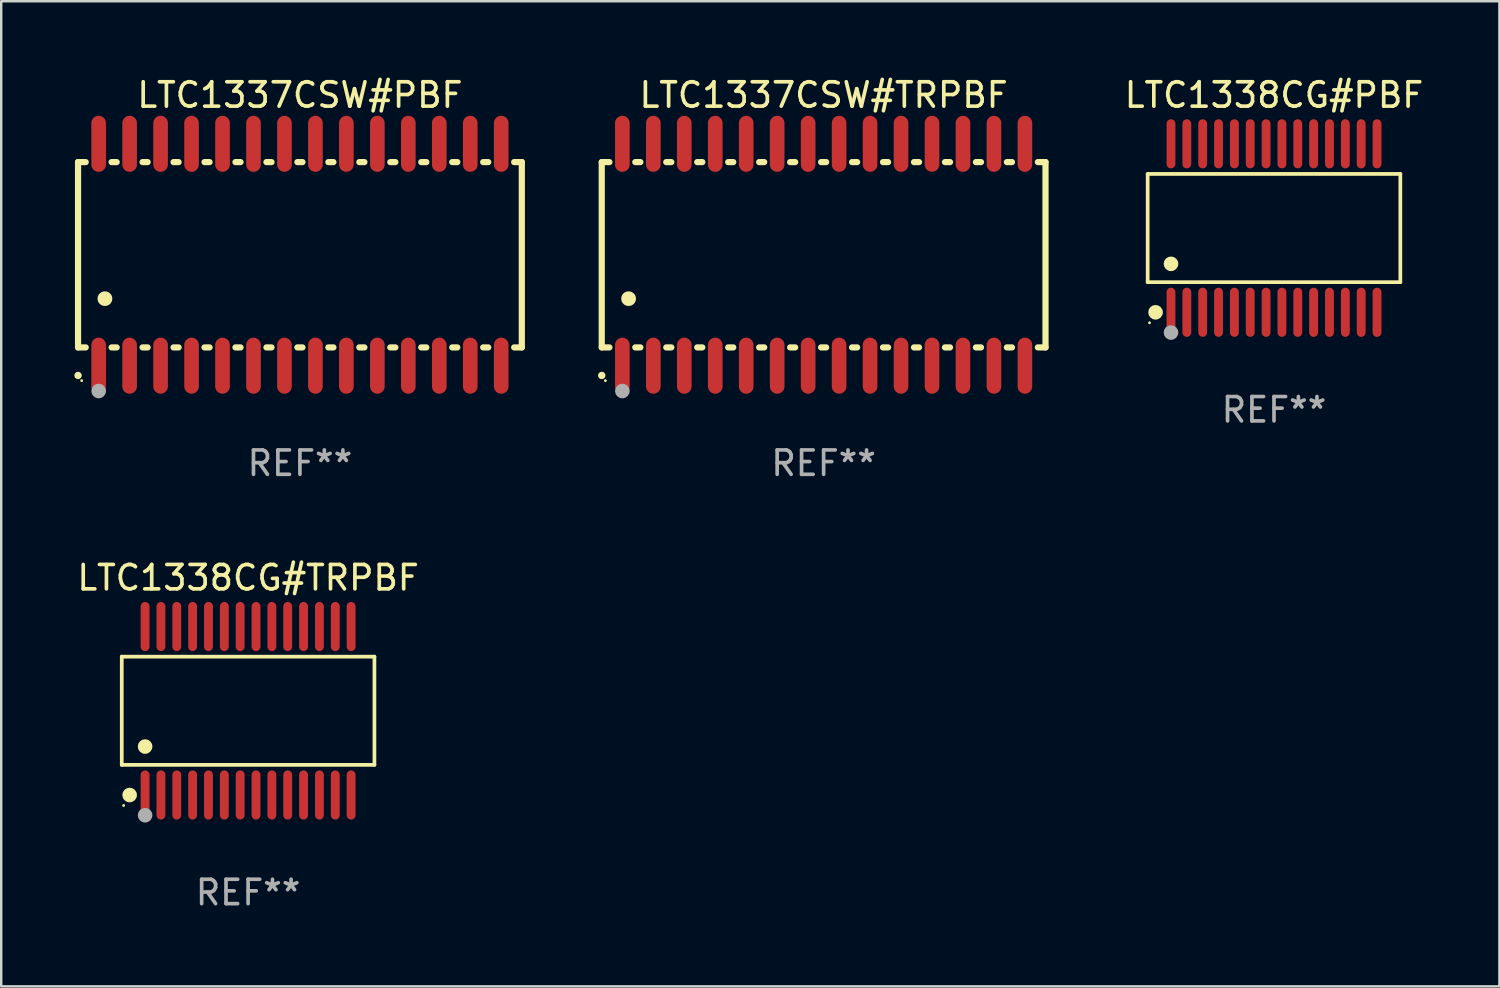
<source format=kicad_pcb>
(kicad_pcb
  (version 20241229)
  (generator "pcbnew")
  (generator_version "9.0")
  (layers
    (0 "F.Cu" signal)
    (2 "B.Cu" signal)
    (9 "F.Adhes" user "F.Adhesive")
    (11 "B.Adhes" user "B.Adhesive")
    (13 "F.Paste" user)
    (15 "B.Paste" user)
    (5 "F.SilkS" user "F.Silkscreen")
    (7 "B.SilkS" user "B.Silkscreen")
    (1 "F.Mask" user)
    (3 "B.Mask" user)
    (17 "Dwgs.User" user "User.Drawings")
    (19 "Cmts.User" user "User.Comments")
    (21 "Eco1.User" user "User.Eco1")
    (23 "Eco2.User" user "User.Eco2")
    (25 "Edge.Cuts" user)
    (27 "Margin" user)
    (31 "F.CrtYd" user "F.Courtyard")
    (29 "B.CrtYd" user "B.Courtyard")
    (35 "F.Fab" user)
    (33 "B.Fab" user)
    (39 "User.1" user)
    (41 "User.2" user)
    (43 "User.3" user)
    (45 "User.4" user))
  (footprint "LTC1338CG#TRPBF"
    (layer "F.Cu")
    (at 7.125 26.1)
    (property "Reference" "LTC1338CG#TRPBF" (at 0 -5.455 0) (layer "F.SilkS") (effects (font (size 1 1) (thickness 0.15))))
    (attr through_hole)
    (fp_line (start -5.181 -2.219) (end 5.181 -2.219) (stroke (width 0.152) (type solid)) (layer "F.SilkS"))
    (fp_line (start -5.181 2.219) (end -5.181 -2.219) (stroke (width 0.152) (type solid)) (layer "F.SilkS"))
    (fp_line (start 5.181 -2.219) (end 5.181 2.219) (stroke (width 0.152) (type solid)) (layer "F.SilkS"))
    (fp_line (start 5.181 2.219) (end -5.181 2.219) (stroke (width 0.152) (type solid)) (layer "F.SilkS"))
    (fp_circle (center -5.105 3.885) (end -5.075 3.885) (stroke (width 0.06) (type solid)) (fill no) (layer "F.SilkS"))
    (fp_circle (center -4.859 3.455) (end -4.709 3.455) (stroke (width 0.3) (type solid)) (fill no) (layer "F.SilkS"))
    (fp_circle (center -4.225 1.467) (end -4.075 1.467) (stroke (width 0.3) (type solid)) (fill no) (layer "F.SilkS"))
    (fp_circle (center -4.225 4.285) (end -4.075 4.285) (stroke (width 0.3) (type solid)) (fill no) (layer "F.Fab"))
    (fp_text user "REF**" (at 0 7.455 0) (layer "F.Fab") (effects (font (size 1 1) (thickness 0.15))))
    (pad "1" smd oval (at -4.225 3.455) (size 0.364 2.015) (layers "F.Cu" "F.Mask" "F.Paste"))
    (pad "2" smd oval (at -3.575 3.455) (size 0.364 2.015) (layers "F.Cu" "F.Mask" "F.Paste"))
    (pad "3" smd oval (at -2.925 3.455) (size 0.364 2.015) (layers "F.Cu" "F.Mask" "F.Paste"))
    (pad "4" smd oval (at -2.275 3.455) (size 0.364 2.015) (layers "F.Cu" "F.Mask" "F.Paste"))
    (pad "5" smd oval (at -1.625 3.455) (size 0.364 2.015) (layers "F.Cu" "F.Mask" "F.Paste"))
    (pad "6" smd oval (at -0.975 3.455) (size 0.364 2.015) (layers "F.Cu" "F.Mask" "F.Paste"))
    (pad "7" smd oval (at -0.325 3.455) (size 0.364 2.015) (layers "F.Cu" "F.Mask" "F.Paste"))
    (pad "8" smd oval (at 0.325 3.455) (size 0.364 2.015) (layers "F.Cu" "F.Mask" "F.Paste"))
    (pad "9" smd oval (at 0.975 3.455) (size 0.364 2.015) (layers "F.Cu" "F.Mask" "F.Paste"))
    (pad "10" smd oval (at 1.625 3.455) (size 0.364 2.015) (layers "F.Cu" "F.Mask" "F.Paste"))
    (pad "11" smd oval (at 2.275 3.455) (size 0.364 2.015) (layers "F.Cu" "F.Mask" "F.Paste"))
    (pad "12" smd oval (at 2.925 3.455) (size 0.364 2.015) (layers "F.Cu" "F.Mask" "F.Paste"))
    (pad "13" smd oval (at 3.575 3.455) (size 0.364 2.015) (layers "F.Cu" "F.Mask" "F.Paste"))
    (pad "14" smd oval (at 4.225 3.455) (size 0.364 2.015) (layers "F.Cu" "F.Mask" "F.Paste"))
    (pad "15" smd oval (at 4.225 -3.455) (size 0.364 2.015) (layers "F.Cu" "F.Mask" "F.Paste"))
    (pad "16" smd oval (at 3.575 -3.455) (size 0.364 2.015) (layers "F.Cu" "F.Mask" "F.Paste"))
    (pad "17" smd oval (at 2.925 -3.455) (size 0.364 2.015) (layers "F.Cu" "F.Mask" "F.Paste"))
    (pad "18" smd oval (at 2.275 -3.455) (size 0.364 2.015) (layers "F.Cu" "F.Mask" "F.Paste"))
    (pad "19" smd oval (at 1.625 -3.455) (size 0.364 2.015) (layers "F.Cu" "F.Mask" "F.Paste"))
    (pad "20" smd oval (at 0.975 -3.455) (size 0.364 2.015) (layers "F.Cu" "F.Mask" "F.Paste"))
    (pad "21" smd oval (at 0.325 -3.455) (size 0.364 2.015) (layers "F.Cu" "F.Mask" "F.Paste"))
    (pad "22" smd oval (at -0.325 -3.455) (size 0.364 2.015) (layers "F.Cu" "F.Mask" "F.Paste"))
    (pad "23" smd oval (at -0.975 -3.455) (size 0.364 2.015) (layers "F.Cu" "F.Mask" "F.Paste"))
    (pad "24" smd oval (at -1.625 -3.455) (size 0.364 2.015) (layers "F.Cu" "F.Mask" "F.Paste"))
    (pad "25" smd oval (at -2.275 -3.455) (size 0.364 2.015) (layers "F.Cu" "F.Mask" "F.Paste"))
    (pad "26" smd oval (at -2.925 -3.455) (size 0.364 2.015) (layers "F.Cu" "F.Mask" "F.Paste"))
    (pad "27" smd oval (at -3.575 -3.455) (size 0.364 2.015) (layers "F.Cu" "F.Mask" "F.Paste"))
    (pad "28" smd oval (at -4.225 -3.455) (size 0.364 2.015) (layers "F.Cu" "F.Mask" "F.Paste")))
  (footprint "LTC1337CSW#TRPBF"
    (layer "F.Cu")
    (at 30.729 7.398)
    (property "Reference" "LTC1337CSW#TRPBF" (at 0 -6.55 0) (layer "F.SilkS") (effects (font (size 1 1) (thickness 0.15))))
    (attr through_hole)
    (fp_line (start -9.1 -3.8) (end -9.1 3.8) (stroke (width 0.254) (type solid)) (layer "F.SilkS"))
    (fp_line (start -9.1 -3.8) (end -8.786 -3.8) (stroke (width 0.254) (type solid)) (layer "F.SilkS"))
    (fp_line (start -9.1 3.8) (end -8.786 3.8) (stroke (width 0.254) (type solid)) (layer "F.SilkS"))
    (fp_line (start -7.724 -3.8) (end -7.516 -3.8) (stroke (width 0.254) (type solid)) (layer "F.SilkS"))
    (fp_line (start -7.724 3.8) (end -7.516 3.8) (stroke (width 0.254) (type solid)) (layer "F.SilkS"))
    (fp_line (start -6.454 -3.8) (end -6.246 -3.8) (stroke (width 0.254) (type solid)) (layer "F.SilkS"))
    (fp_line (start -6.454 3.8) (end -6.246 3.8) (stroke (width 0.254) (type solid)) (layer "F.SilkS"))
    (fp_line (start -5.184 -3.8) (end -4.976 -3.8) (stroke (width 0.254) (type solid)) (layer "F.SilkS"))
    (fp_line (start -5.184 3.8) (end -4.976 3.8) (stroke (width 0.254) (type solid)) (layer "F.SilkS"))
    (fp_line (start -3.914 -3.8) (end -3.706 -3.8) (stroke (width 0.254) (type solid)) (layer "F.SilkS"))
    (fp_line (start -3.914 3.8) (end -3.706 3.8) (stroke (width 0.254) (type solid)) (layer "F.SilkS"))
    (fp_line (start -2.644 -3.8) (end -2.436 -3.8) (stroke (width 0.254) (type solid)) (layer "F.SilkS"))
    (fp_line (start -2.644 3.8) (end -2.436 3.8) (stroke (width 0.254) (type solid)) (layer "F.SilkS"))
    (fp_line (start -1.374 -3.8) (end -1.166 -3.8) (stroke (width 0.254) (type solid)) (layer "F.SilkS"))
    (fp_line (start -1.374 3.8) (end -1.166 3.8) (stroke (width 0.254) (type solid)) (layer "F.SilkS"))
    (fp_line (start -0.104 -3.8) (end 0.104 -3.8) (stroke (width 0.254) (type solid)) (layer "F.SilkS"))
    (fp_line (start -0.104 3.8) (end 0.104 3.8) (stroke (width 0.254) (type solid)) (layer "F.SilkS"))
    (fp_line (start 1.166 -3.8) (end 1.374 -3.8) (stroke (width 0.254) (type solid)) (layer "F.SilkS"))
    (fp_line (start 1.166 3.8) (end 1.374 3.8) (stroke (width 0.254) (type solid)) (layer "F.SilkS"))
    (fp_line (start 2.436 -3.8) (end 2.644 -3.8) (stroke (width 0.254) (type solid)) (layer "F.SilkS"))
    (fp_line (start 2.436 3.8) (end 2.644 3.8) (stroke (width 0.254) (type solid)) (layer "F.SilkS"))
    (fp_line (start 3.706 -3.8) (end 3.914 -3.8) (stroke (width 0.254) (type solid)) (layer "F.SilkS"))
    (fp_line (start 3.706 3.8) (end 3.914 3.8) (stroke (width 0.254) (type solid)) (layer "F.SilkS"))
    (fp_line (start 4.976 -3.8) (end 5.184 -3.8) (stroke (width 0.254) (type solid)) (layer "F.SilkS"))
    (fp_line (start 4.976 3.8) (end 5.184 3.8) (stroke (width 0.254) (type solid)) (layer "F.SilkS"))
    (fp_line (start 6.246 -3.8) (end 6.454 -3.8) (stroke (width 0.254) (type solid)) (layer "F.SilkS"))
    (fp_line (start 6.246 3.8) (end 6.454 3.8) (stroke (width 0.254) (type solid)) (layer "F.SilkS"))
    (fp_line (start 7.516 -3.8) (end 7.724 -3.8) (stroke (width 0.254) (type solid)) (layer "F.SilkS"))
    (fp_line (start 7.516 3.8) (end 7.724 3.8) (stroke (width 0.254) (type solid)) (layer "F.SilkS"))
    (fp_line (start 8.786 -3.8) (end 9.1 -3.8) (stroke (width 0.254) (type solid)) (layer "F.SilkS"))
    (fp_line (start 8.786 3.8) (end 9.1 3.8) (stroke (width 0.254) (type solid)) (layer "F.SilkS"))
    (fp_line (start 9.1 -3.8) (end 9.1 3.8) (stroke (width 0.254) (type solid)) (layer "F.SilkS"))
    (fp_arc (start -9.100864 4.95047) (mid -9.099594 4.950465) (end -9.098324 4.95047) (stroke (width 0.3) (type solid)) (layer "F.SilkS"))
    (fp_arc (start -8.001041 1.800864) (mid -7.998501 1.800853) (end -7.995961 1.800864) (stroke (width 0.6) (type solid)) (layer "F.SilkS"))
    (fp_circle (center -8.95 5.163) (end -8.92 5.163) (stroke (width 0.06) (type solid)) (fill no) (layer "F.SilkS"))
    (fp_circle (center -8.255 5.588) (end -8.105 5.588) (stroke (width 0.3) (type solid)) (fill no) (layer "F.Fab"))
    (fp_text user "REF**" (at 0 8.55 0) (layer "F.Fab") (effects (font (size 1 1) (thickness 0.15))))
    (pad "1" smd oval (at -8.255 4.55 180) (size 0.6 2.3) (layers "F.Cu" "F.Mask" "F.Paste"))
    (pad "2" smd oval (at -6.985 4.55 180) (size 0.6 2.3) (layers "F.Cu" "F.Mask" "F.Paste"))
    (pad "3" smd oval (at -5.715 4.55 180) (size 0.6 2.3) (layers "F.Cu" "F.Mask" "F.Paste"))
    (pad "4" smd oval (at -4.445 4.55 180) (size 0.6 2.3) (layers "F.Cu" "F.Mask" "F.Paste"))
    (pad "5" smd oval (at -3.175 4.55 180) (size 0.6 2.3) (layers "F.Cu" "F.Mask" "F.Paste"))
    (pad "6" smd oval (at -1.905 4.55 180) (size 0.6 2.3) (layers "F.Cu" "F.Mask" "F.Paste"))
    (pad "7" smd oval (at -0.635 4.55 180) (size 0.6 2.3) (layers "F.Cu" "F.Mask" "F.Paste"))
    (pad "8" smd oval (at 0.635 4.55 180) (size 0.6 2.3) (layers "F.Cu" "F.Mask" "F.Paste"))
    (pad "9" smd oval (at 1.905 4.55 180) (size 0.6 2.3) (layers "F.Cu" "F.Mask" "F.Paste"))
    (pad "10" smd oval (at 3.175 4.55 180) (size 0.6 2.3) (layers "F.Cu" "F.Mask" "F.Paste"))
    (pad "11" smd oval (at 4.445 4.55 180) (size 0.6 2.3) (layers "F.Cu" "F.Mask" "F.Paste"))
    (pad "12" smd oval (at 5.715 4.55 180) (size 0.6 2.3) (layers "F.Cu" "F.Mask" "F.Paste"))
    (pad "13" smd oval (at 6.985 4.55 180) (size 0.6 2.3) (layers "F.Cu" "F.Mask" "F.Paste"))
    (pad "14" smd oval (at 8.255 4.55 180) (size 0.6 2.3) (layers "F.Cu" "F.Mask" "F.Paste"))
    (pad "15" smd oval (at 8.255 -4.55 180) (size 0.6 2.3) (layers "F.Cu" "F.Mask" "F.Paste"))
    (pad "16" smd oval (at 6.985 -4.55 180) (size 0.6 2.3) (layers "F.Cu" "F.Mask" "F.Paste"))
    (pad "17" smd oval (at 5.715 -4.55 180) (size 0.6 2.3) (layers "F.Cu" "F.Mask" "F.Paste"))
    (pad "18" smd oval (at 4.445 -4.55 180) (size 0.6 2.3) (layers "F.Cu" "F.Mask" "F.Paste"))
    (pad "19" smd oval (at 3.175 -4.55 180) (size 0.6 2.3) (layers "F.Cu" "F.Mask" "F.Paste"))
    (pad "20" smd oval (at 1.905 -4.55 180) (size 0.6 2.3) (layers "F.Cu" "F.Mask" "F.Paste"))
    (pad "21" smd oval (at 0.635 -4.55 180) (size 0.6 2.3) (layers "F.Cu" "F.Mask" "F.Paste"))
    (pad "22" smd oval (at -0.635 -4.55 180) (size 0.6 2.3) (layers "F.Cu" "F.Mask" "F.Paste"))
    (pad "23" smd oval (at -1.905 -4.55 180) (size 0.6 2.3) (layers "F.Cu" "F.Mask" "F.Paste"))
    (pad "24" smd oval (at -3.175 -4.55 180) (size 0.6 2.3) (layers "F.Cu" "F.Mask" "F.Paste"))
    (pad "25" smd oval (at -4.445 -4.55 180) (size 0.6 2.3) (layers "F.Cu" "F.Mask" "F.Paste"))
    (pad "26" smd oval (at -5.715 -4.55 180) (size 0.6 2.3) (layers "F.Cu" "F.Mask" "F.Paste"))
    (pad "27" smd oval (at -6.985 -4.55 180) (size 0.6 2.3) (layers "F.Cu" "F.Mask" "F.Paste"))
    (pad "28" smd oval (at -8.255 -4.55 180) (size 0.6 2.3) (layers "F.Cu" "F.Mask" "F.Paste")))
  (footprint "LTC1338CG#PBF"
    (layer "F.Cu")
    (at 49.2 6.303)
    (property "Reference" "LTC1338CG#PBF" (at 0 -5.455 0) (layer "F.SilkS") (effects (font (size 1 1) (thickness 0.15))))
    (attr through_hole)
    (fp_line (start -5.181 -2.219) (end 5.181 -2.219) (stroke (width 0.152) (type solid)) (layer "F.SilkS"))
    (fp_line (start -5.181 2.219) (end -5.181 -2.219) (stroke (width 0.152) (type solid)) (layer "F.SilkS"))
    (fp_line (start 5.181 -2.219) (end 5.181 2.219) (stroke (width 0.152) (type solid)) (layer "F.SilkS"))
    (fp_line (start 5.181 2.219) (end -5.181 2.219) (stroke (width 0.152) (type solid)) (layer "F.SilkS"))
    (fp_circle (center -5.105 3.885) (end -5.075 3.885) (stroke (width 0.06) (type solid)) (fill no) (layer "F.SilkS"))
    (fp_circle (center -4.859 3.455) (end -4.709 3.455) (stroke (width 0.3) (type solid)) (fill no) (layer "F.SilkS"))
    (fp_circle (center -4.225 1.467) (end -4.075 1.467) (stroke (width 0.3) (type solid)) (fill no) (layer "F.SilkS"))
    (fp_circle (center -4.225 4.285) (end -4.075 4.285) (stroke (width 0.3) (type solid)) (fill no) (layer "F.Fab"))
    (fp_text user "REF**" (at 0 7.455 0) (layer "F.Fab") (effects (font (size 1 1) (thickness 0.15))))
    (pad "1" smd oval (at -4.225 3.455) (size 0.364 2.015) (layers "F.Cu" "F.Mask" "F.Paste"))
    (pad "2" smd oval (at -3.575 3.455) (size 0.364 2.015) (layers "F.Cu" "F.Mask" "F.Paste"))
    (pad "3" smd oval (at -2.925 3.455) (size 0.364 2.015) (layers "F.Cu" "F.Mask" "F.Paste"))
    (pad "4" smd oval (at -2.275 3.455) (size 0.364 2.015) (layers "F.Cu" "F.Mask" "F.Paste"))
    (pad "5" smd oval (at -1.625 3.455) (size 0.364 2.015) (layers "F.Cu" "F.Mask" "F.Paste"))
    (pad "6" smd oval (at -0.975 3.455) (size 0.364 2.015) (layers "F.Cu" "F.Mask" "F.Paste"))
    (pad "7" smd oval (at -0.325 3.455) (size 0.364 2.015) (layers "F.Cu" "F.Mask" "F.Paste"))
    (pad "8" smd oval (at 0.325 3.455) (size 0.364 2.015) (layers "F.Cu" "F.Mask" "F.Paste"))
    (pad "9" smd oval (at 0.975 3.455) (size 0.364 2.015) (layers "F.Cu" "F.Mask" "F.Paste"))
    (pad "10" smd oval (at 1.625 3.455) (size 0.364 2.015) (layers "F.Cu" "F.Mask" "F.Paste"))
    (pad "11" smd oval (at 2.275 3.455) (size 0.364 2.015) (layers "F.Cu" "F.Mask" "F.Paste"))
    (pad "12" smd oval (at 2.925 3.455) (size 0.364 2.015) (layers "F.Cu" "F.Mask" "F.Paste"))
    (pad "13" smd oval (at 3.575 3.455) (size 0.364 2.015) (layers "F.Cu" "F.Mask" "F.Paste"))
    (pad "14" smd oval (at 4.225 3.455) (size 0.364 2.015) (layers "F.Cu" "F.Mask" "F.Paste"))
    (pad "15" smd oval (at 4.225 -3.455) (size 0.364 2.015) (layers "F.Cu" "F.Mask" "F.Paste"))
    (pad "16" smd oval (at 3.575 -3.455) (size 0.364 2.015) (layers "F.Cu" "F.Mask" "F.Paste"))
    (pad "17" smd oval (at 2.925 -3.455) (size 0.364 2.015) (layers "F.Cu" "F.Mask" "F.Paste"))
    (pad "18" smd oval (at 2.275 -3.455) (size 0.364 2.015) (layers "F.Cu" "F.Mask" "F.Paste"))
    (pad "19" smd oval (at 1.625 -3.455) (size 0.364 2.015) (layers "F.Cu" "F.Mask" "F.Paste"))
    (pad "20" smd oval (at 0.975 -3.455) (size 0.364 2.015) (layers "F.Cu" "F.Mask" "F.Paste"))
    (pad "21" smd oval (at 0.325 -3.455) (size 0.364 2.015) (layers "F.Cu" "F.Mask" "F.Paste"))
    (pad "22" smd oval (at -0.325 -3.455) (size 0.364 2.015) (layers "F.Cu" "F.Mask" "F.Paste"))
    (pad "23" smd oval (at -0.975 -3.455) (size 0.364 2.015) (layers "F.Cu" "F.Mask" "F.Paste"))
    (pad "24" smd oval (at -1.625 -3.455) (size 0.364 2.015) (layers "F.Cu" "F.Mask" "F.Paste"))
    (pad "25" smd oval (at -2.275 -3.455) (size 0.364 2.015) (layers "F.Cu" "F.Mask" "F.Paste"))
    (pad "26" smd oval (at -2.925 -3.455) (size 0.364 2.015) (layers "F.Cu" "F.Mask" "F.Paste"))
    (pad "27" smd oval (at -3.575 -3.455) (size 0.364 2.015) (layers "F.Cu" "F.Mask" "F.Paste"))
    (pad "28" smd oval (at -4.225 -3.455) (size 0.364 2.015) (layers "F.Cu" "F.Mask" "F.Paste")))
  (footprint "LTC1337CSW#PBF"
    (layer "F.Cu")
    (at 9.251 7.398)
    (property "Reference" "LTC1337CSW#PBF" (at 0 -6.55 0) (layer "F.SilkS") (effects (font (size 1 1) (thickness 0.15))))
    (attr through_hole)
    (fp_line (start -9.1 -3.8) (end -9.1 3.8) (stroke (width 0.254) (type solid)) (layer "F.SilkS"))
    (fp_line (start -9.1 -3.8) (end -8.786 -3.8) (stroke (width 0.254) (type solid)) (layer "F.SilkS"))
    (fp_line (start -9.1 3.8) (end -8.786 3.8) (stroke (width 0.254) (type solid)) (layer "F.SilkS"))
    (fp_line (start -7.724 -3.8) (end -7.516 -3.8) (stroke (width 0.254) (type solid)) (layer "F.SilkS"))
    (fp_line (start -7.724 3.8) (end -7.516 3.8) (stroke (width 0.254) (type solid)) (layer "F.SilkS"))
    (fp_line (start -6.454 -3.8) (end -6.246 -3.8) (stroke (width 0.254) (type solid)) (layer "F.SilkS"))
    (fp_line (start -6.454 3.8) (end -6.246 3.8) (stroke (width 0.254) (type solid)) (layer "F.SilkS"))
    (fp_line (start -5.184 -3.8) (end -4.976 -3.8) (stroke (width 0.254) (type solid)) (layer "F.SilkS"))
    (fp_line (start -5.184 3.8) (end -4.976 3.8) (stroke (width 0.254) (type solid)) (layer "F.SilkS"))
    (fp_line (start -3.914 -3.8) (end -3.706 -3.8) (stroke (width 0.254) (type solid)) (layer "F.SilkS"))
    (fp_line (start -3.914 3.8) (end -3.706 3.8) (stroke (width 0.254) (type solid)) (layer "F.SilkS"))
    (fp_line (start -2.644 -3.8) (end -2.436 -3.8) (stroke (width 0.254) (type solid)) (layer "F.SilkS"))
    (fp_line (start -2.644 3.8) (end -2.436 3.8) (stroke (width 0.254) (type solid)) (layer "F.SilkS"))
    (fp_line (start -1.374 -3.8) (end -1.166 -3.8) (stroke (width 0.254) (type solid)) (layer "F.SilkS"))
    (fp_line (start -1.374 3.8) (end -1.166 3.8) (stroke (width 0.254) (type solid)) (layer "F.SilkS"))
    (fp_line (start -0.104 -3.8) (end 0.104 -3.8) (stroke (width 0.254) (type solid)) (layer "F.SilkS"))
    (fp_line (start -0.104 3.8) (end 0.104 3.8) (stroke (width 0.254) (type solid)) (layer "F.SilkS"))
    (fp_line (start 1.166 -3.8) (end 1.374 -3.8) (stroke (width 0.254) (type solid)) (layer "F.SilkS"))
    (fp_line (start 1.166 3.8) (end 1.374 3.8) (stroke (width 0.254) (type solid)) (layer "F.SilkS"))
    (fp_line (start 2.436 -3.8) (end 2.644 -3.8) (stroke (width 0.254) (type solid)) (layer "F.SilkS"))
    (fp_line (start 2.436 3.8) (end 2.644 3.8) (stroke (width 0.254) (type solid)) (layer "F.SilkS"))
    (fp_line (start 3.706 -3.8) (end 3.914 -3.8) (stroke (width 0.254) (type solid)) (layer "F.SilkS"))
    (fp_line (start 3.706 3.8) (end 3.914 3.8) (stroke (width 0.254) (type solid)) (layer "F.SilkS"))
    (fp_line (start 4.976 -3.8) (end 5.184 -3.8) (stroke (width 0.254) (type solid)) (layer "F.SilkS"))
    (fp_line (start 4.976 3.8) (end 5.184 3.8) (stroke (width 0.254) (type solid)) (layer "F.SilkS"))
    (fp_line (start 6.246 -3.8) (end 6.454 -3.8) (stroke (width 0.254) (type solid)) (layer "F.SilkS"))
    (fp_line (start 6.246 3.8) (end 6.454 3.8) (stroke (width 0.254) (type solid)) (layer "F.SilkS"))
    (fp_line (start 7.516 -3.8) (end 7.724 -3.8) (stroke (width 0.254) (type solid)) (layer "F.SilkS"))
    (fp_line (start 7.516 3.8) (end 7.724 3.8) (stroke (width 0.254) (type solid)) (layer "F.SilkS"))
    (fp_line (start 8.786 -3.8) (end 9.1 -3.8) (stroke (width 0.254) (type solid)) (layer "F.SilkS"))
    (fp_line (start 8.786 3.8) (end 9.1 3.8) (stroke (width 0.254) (type solid)) (layer "F.SilkS"))
    (fp_line (start 9.1 -3.8) (end 9.1 3.8) (stroke (width 0.254) (type solid)) (layer "F.SilkS"))
    (fp_arc (start -9.100864 4.95047) (mid -9.099594 4.950465) (end -9.098324 4.95047) (stroke (width 0.3) (type solid)) (layer "F.SilkS"))
    (fp_arc (start -8.001041 1.800864) (mid -7.998501 1.800853) (end -7.995961 1.800864) (stroke (width 0.6) (type solid)) (layer "F.SilkS"))
    (fp_circle (center -8.95 5.163) (end -8.92 5.163) (stroke (width 0.06) (type solid)) (fill no) (layer "F.SilkS"))
    (fp_circle (center -8.255 5.588) (end -8.105 5.588) (stroke (width 0.3) (type solid)) (fill no) (layer "F.Fab"))
    (fp_text user "REF**" (at 0 8.55 0) (layer "F.Fab") (effects (font (size 1 1) (thickness 0.15))))
    (pad "1" smd oval (at -8.255 4.55 180) (size 0.6 2.3) (layers "F.Cu" "F.Mask" "F.Paste"))
    (pad "2" smd oval (at -6.985 4.55 180) (size 0.6 2.3) (layers "F.Cu" "F.Mask" "F.Paste"))
    (pad "3" smd oval (at -5.715 4.55 180) (size 0.6 2.3) (layers "F.Cu" "F.Mask" "F.Paste"))
    (pad "4" smd oval (at -4.445 4.55 180) (size 0.6 2.3) (layers "F.Cu" "F.Mask" "F.Paste"))
    (pad "5" smd oval (at -3.175 4.55 180) (size 0.6 2.3) (layers "F.Cu" "F.Mask" "F.Paste"))
    (pad "6" smd oval (at -1.905 4.55 180) (size 0.6 2.3) (layers "F.Cu" "F.Mask" "F.Paste"))
    (pad "7" smd oval (at -0.635 4.55 180) (size 0.6 2.3) (layers "F.Cu" "F.Mask" "F.Paste"))
    (pad "8" smd oval (at 0.635 4.55 180) (size 0.6 2.3) (layers "F.Cu" "F.Mask" "F.Paste"))
    (pad "9" smd oval (at 1.905 4.55 180) (size 0.6 2.3) (layers "F.Cu" "F.Mask" "F.Paste"))
    (pad "10" smd oval (at 3.175 4.55 180) (size 0.6 2.3) (layers "F.Cu" "F.Mask" "F.Paste"))
    (pad "11" smd oval (at 4.445 4.55 180) (size 0.6 2.3) (layers "F.Cu" "F.Mask" "F.Paste"))
    (pad "12" smd oval (at 5.715 4.55 180) (size 0.6 2.3) (layers "F.Cu" "F.Mask" "F.Paste"))
    (pad "13" smd oval (at 6.985 4.55 180) (size 0.6 2.3) (layers "F.Cu" "F.Mask" "F.Paste"))
    (pad "14" smd oval (at 8.255 4.55 180) (size 0.6 2.3) (layers "F.Cu" "F.Mask" "F.Paste"))
    (pad "15" smd oval (at 8.255 -4.55 180) (size 0.6 2.3) (layers "F.Cu" "F.Mask" "F.Paste"))
    (pad "16" smd oval (at 6.985 -4.55 180) (size 0.6 2.3) (layers "F.Cu" "F.Mask" "F.Paste"))
    (pad "17" smd oval (at 5.715 -4.55 180) (size 0.6 2.3) (layers "F.Cu" "F.Mask" "F.Paste"))
    (pad "18" smd oval (at 4.445 -4.55 180) (size 0.6 2.3) (layers "F.Cu" "F.Mask" "F.Paste"))
    (pad "19" smd oval (at 3.175 -4.55 180) (size 0.6 2.3) (layers "F.Cu" "F.Mask" "F.Paste"))
    (pad "20" smd oval (at 1.905 -4.55 180) (size 0.6 2.3) (layers "F.Cu" "F.Mask" "F.Paste"))
    (pad "21" smd oval (at 0.635 -4.55 180) (size 0.6 2.3) (layers "F.Cu" "F.Mask" "F.Paste"))
    (pad "22" smd oval (at -0.635 -4.55 180) (size 0.6 2.3) (layers "F.Cu" "F.Mask" "F.Paste"))
    (pad "23" smd oval (at -1.905 -4.55 180) (size 0.6 2.3) (layers "F.Cu" "F.Mask" "F.Paste"))
    (pad "24" smd oval (at -3.175 -4.55 180) (size 0.6 2.3) (layers "F.Cu" "F.Mask" "F.Paste"))
    (pad "25" smd oval (at -4.445 -4.55 180) (size 0.6 2.3) (layers "F.Cu" "F.Mask" "F.Paste"))
    (pad "26" smd oval (at -5.715 -4.55 180) (size 0.6 2.3) (layers "F.Cu" "F.Mask" "F.Paste"))
    (pad "27" smd oval (at -6.985 -4.55 180) (size 0.6 2.3) (layers "F.Cu" "F.Mask" "F.Paste"))
    (pad "28" smd oval (at -8.255 -4.55 180) (size 0.6 2.3) (layers "F.Cu" "F.Mask" "F.Paste")))
  (gr_rect
    (start -3 -3)
    (end 58.444 37.403)
    (stroke (width 0.1) (type default))
    (fill no)
    (layer "Edge.Cuts")))
</source>
